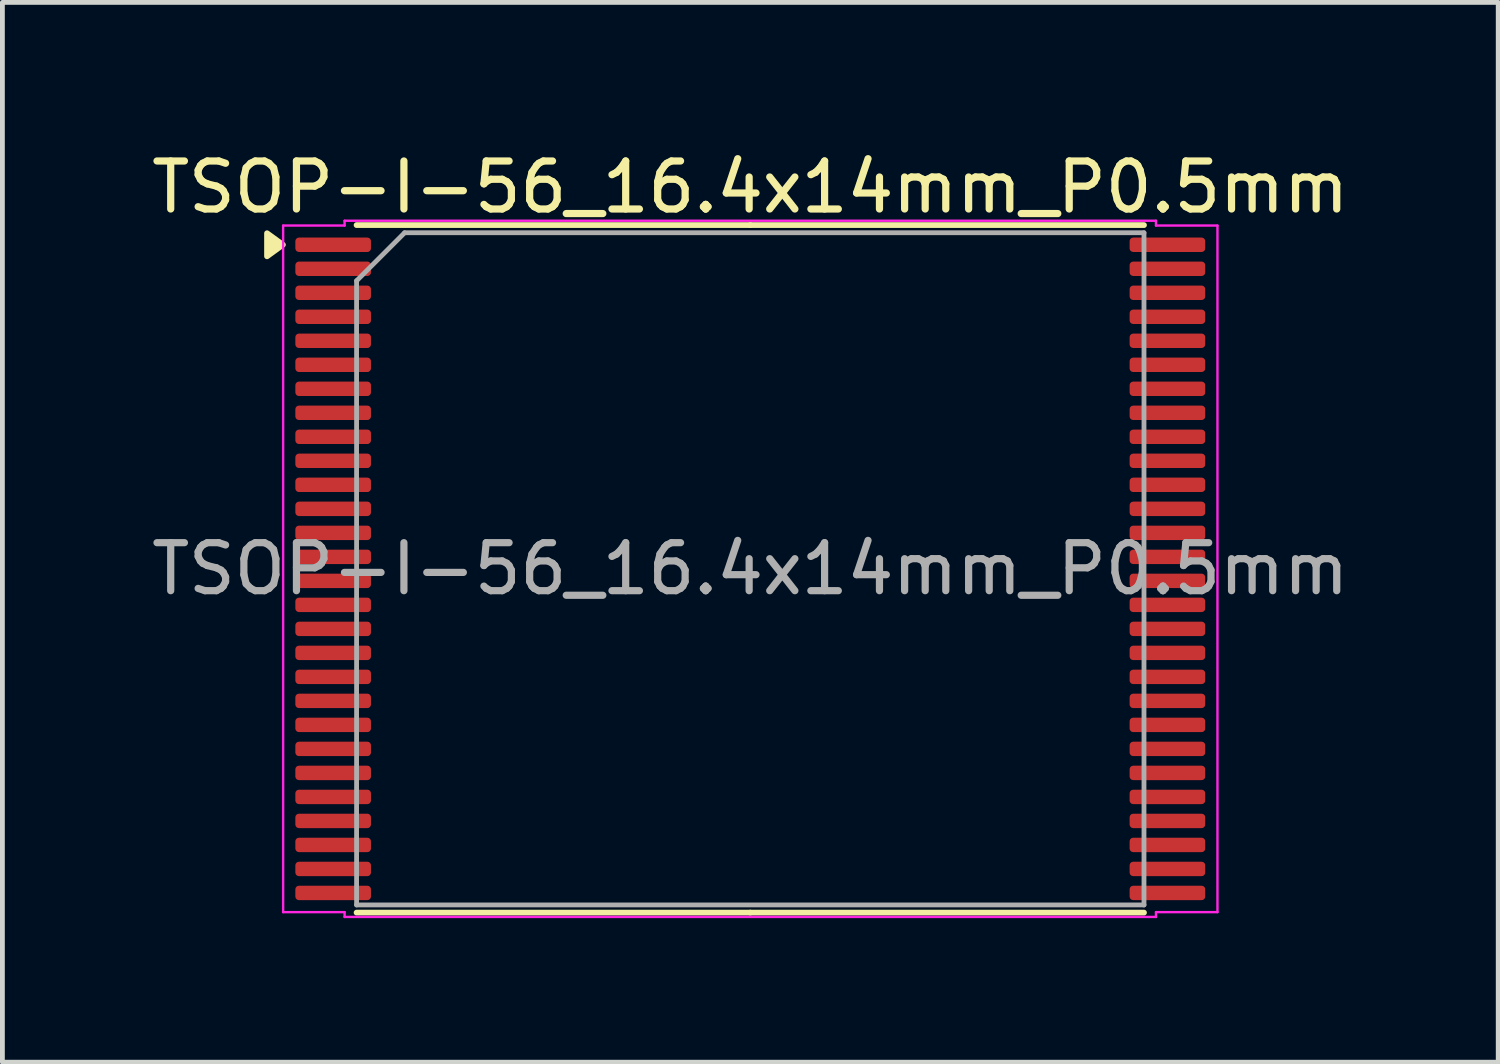
<source format=kicad_pcb>
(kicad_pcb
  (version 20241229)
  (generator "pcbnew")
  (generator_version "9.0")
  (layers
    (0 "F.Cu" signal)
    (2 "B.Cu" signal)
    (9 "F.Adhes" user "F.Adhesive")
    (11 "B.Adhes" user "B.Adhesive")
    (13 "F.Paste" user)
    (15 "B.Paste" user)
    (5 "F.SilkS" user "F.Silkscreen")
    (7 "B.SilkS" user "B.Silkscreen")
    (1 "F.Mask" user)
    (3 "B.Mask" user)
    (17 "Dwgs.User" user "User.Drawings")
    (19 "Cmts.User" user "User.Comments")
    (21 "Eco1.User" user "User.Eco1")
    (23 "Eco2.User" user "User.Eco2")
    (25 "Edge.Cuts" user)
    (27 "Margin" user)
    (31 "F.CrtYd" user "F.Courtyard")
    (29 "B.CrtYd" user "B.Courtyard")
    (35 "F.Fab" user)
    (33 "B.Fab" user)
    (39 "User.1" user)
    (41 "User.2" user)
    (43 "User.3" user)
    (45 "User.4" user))
  (footprint "TSOP-I-56_16.4x14mm_P0.5mm"
    (layer "F.Cu")
    (at 12.577 8.798)
    (property "Reference" "TSOP-I-56_16.4x14mm_P0.5mm" (at 0 -7.95 0) (layer "F.SilkS") (effects (font (size 1 1) (thickness 0.15))))
    (attr smd)
    (fp_line (start 0 -7.16) (end -8.2 -7.16) (stroke (width 0.12) (type solid)) (layer "F.SilkS"))
    (fp_line (start 0 -7.16) (end 8.2 -7.16) (stroke (width 0.12) (type solid)) (layer "F.SilkS"))
    (fp_line (start 0 7.16) (end -8.2 7.16) (stroke (width 0.12) (type solid)) (layer "F.SilkS"))
    (fp_line (start 0 7.16) (end 8.2 7.16) (stroke (width 0.12) (type solid)) (layer "F.SilkS"))
    (fp_poly (pts (xy -9.735 -6.75) (xy -10.065 -6.51) (xy -10.065 -6.99)) (stroke (width 0.12) (type solid)) (fill yes) (layer "F.SilkS"))
    (fp_line (start -9.73 -7.15) (end -8.45 -7.15) (stroke (width 0.05) (type solid)) (layer "F.CrtYd"))
    (fp_line (start -9.73 7.15) (end -9.73 -7.15) (stroke (width 0.05) (type solid)) (layer "F.CrtYd"))
    (fp_line (start -8.45 -7.25) (end 8.45 -7.25) (stroke (width 0.05) (type solid)) (layer "F.CrtYd"))
    (fp_line (start -8.45 -7.15) (end -8.45 -7.25) (stroke (width 0.05) (type solid)) (layer "F.CrtYd"))
    (fp_line (start -8.45 7.15) (end -9.73 7.15) (stroke (width 0.05) (type solid)) (layer "F.CrtYd"))
    (fp_line (start -8.45 7.25) (end -8.45 7.15) (stroke (width 0.05) (type solid)) (layer "F.CrtYd"))
    (fp_line (start 8.45 -7.25) (end 8.45 -7.15) (stroke (width 0.05) (type solid)) (layer "F.CrtYd"))
    (fp_line (start 8.45 -7.15) (end 9.73 -7.15) (stroke (width 0.05) (type solid)) (layer "F.CrtYd"))
    (fp_line (start 8.45 7.15) (end 8.45 7.25) (stroke (width 0.05) (type solid)) (layer "F.CrtYd"))
    (fp_line (start 8.45 7.25) (end -8.45 7.25) (stroke (width 0.05) (type solid)) (layer "F.CrtYd"))
    (fp_line (start 9.73 -7.15) (end 9.73 7.15) (stroke (width 0.05) (type solid)) (layer "F.CrtYd"))
    (fp_line (start 9.73 7.15) (end 8.45 7.15) (stroke (width 0.05) (type solid)) (layer "F.CrtYd"))
    (fp_line (start -8.2 -6) (end -7.2 -7) (stroke (width 0.1) (type solid)) (layer "F.Fab"))
    (fp_line (start -8.2 7) (end -8.2 -6) (stroke (width 0.1) (type solid)) (layer "F.Fab"))
    (fp_line (start -7.2 -7) (end 8.2 -7) (stroke (width 0.1) (type solid)) (layer "F.Fab"))
    (fp_line (start 8.2 -7) (end 8.2 7) (stroke (width 0.1) (type solid)) (layer "F.Fab"))
    (fp_line (start 8.2 7) (end -8.2 7) (stroke (width 0.1) (type solid)) (layer "F.Fab"))
    (fp_text user "${REFERENCE}" (at 0 0 0) (layer "F.Fab") (effects (font (size 1 1) (thickness 0.15))))
    (pad "1" smd roundrect (at -8.688 -6.75) (size 1.575 0.3) (layers "F.Cu" "F.Mask" "F.Paste") (roundrect_rratio 0.25))
    (pad "2" smd roundrect (at -8.688 -6.25) (size 1.575 0.3) (layers "F.Cu" "F.Mask" "F.Paste") (roundrect_rratio 0.25))
    (pad "3" smd roundrect (at -8.688 -5.75) (size 1.575 0.3) (layers "F.Cu" "F.Mask" "F.Paste") (roundrect_rratio 0.25))
    (pad "4" smd roundrect (at -8.688 -5.25) (size 1.575 0.3) (layers "F.Cu" "F.Mask" "F.Paste") (roundrect_rratio 0.25))
    (pad "5" smd roundrect (at -8.688 -4.75) (size 1.575 0.3) (layers "F.Cu" "F.Mask" "F.Paste") (roundrect_rratio 0.25))
    (pad "6" smd roundrect (at -8.688 -4.25) (size 1.575 0.3) (layers "F.Cu" "F.Mask" "F.Paste") (roundrect_rratio 0.25))
    (pad "7" smd roundrect (at -8.688 -3.75) (size 1.575 0.3) (layers "F.Cu" "F.Mask" "F.Paste") (roundrect_rratio 0.25))
    (pad "8" smd roundrect (at -8.688 -3.25) (size 1.575 0.3) (layers "F.Cu" "F.Mask" "F.Paste") (roundrect_rratio 0.25))
    (pad "9" smd roundrect (at -8.688 -2.75) (size 1.575 0.3) (layers "F.Cu" "F.Mask" "F.Paste") (roundrect_rratio 0.25))
    (pad "10" smd roundrect (at -8.688 -2.25) (size 1.575 0.3) (layers "F.Cu" "F.Mask" "F.Paste") (roundrect_rratio 0.25))
    (pad "11" smd roundrect (at -8.688 -1.75) (size 1.575 0.3) (layers "F.Cu" "F.Mask" "F.Paste") (roundrect_rratio 0.25))
    (pad "12" smd roundrect (at -8.688 -1.25) (size 1.575 0.3) (layers "F.Cu" "F.Mask" "F.Paste") (roundrect_rratio 0.25))
    (pad "13" smd roundrect (at -8.688 -0.75) (size 1.575 0.3) (layers "F.Cu" "F.Mask" "F.Paste") (roundrect_rratio 0.25))
    (pad "14" smd roundrect (at -8.688 -0.25) (size 1.575 0.3) (layers "F.Cu" "F.Mask" "F.Paste") (roundrect_rratio 0.25))
    (pad "15" smd roundrect (at -8.688 0.25) (size 1.575 0.3) (layers "F.Cu" "F.Mask" "F.Paste") (roundrect_rratio 0.25))
    (pad "16" smd roundrect (at -8.688 0.75) (size 1.575 0.3) (layers "F.Cu" "F.Mask" "F.Paste") (roundrect_rratio 0.25))
    (pad "17" smd roundrect (at -8.688 1.25) (size 1.575 0.3) (layers "F.Cu" "F.Mask" "F.Paste") (roundrect_rratio 0.25))
    (pad "18" smd roundrect (at -8.688 1.75) (size 1.575 0.3) (layers "F.Cu" "F.Mask" "F.Paste") (roundrect_rratio 0.25))
    (pad "19" smd roundrect (at -8.688 2.25) (size 1.575 0.3) (layers "F.Cu" "F.Mask" "F.Paste") (roundrect_rratio 0.25))
    (pad "20" smd roundrect (at -8.688 2.75) (size 1.575 0.3) (layers "F.Cu" "F.Mask" "F.Paste") (roundrect_rratio 0.25))
    (pad "21" smd roundrect (at -8.688 3.25) (size 1.575 0.3) (layers "F.Cu" "F.Mask" "F.Paste") (roundrect_rratio 0.25))
    (pad "22" smd roundrect (at -8.688 3.75) (size 1.575 0.3) (layers "F.Cu" "F.Mask" "F.Paste") (roundrect_rratio 0.25))
    (pad "23" smd roundrect (at -8.688 4.25) (size 1.575 0.3) (layers "F.Cu" "F.Mask" "F.Paste") (roundrect_rratio 0.25))
    (pad "24" smd roundrect (at -8.688 4.75) (size 1.575 0.3) (layers "F.Cu" "F.Mask" "F.Paste") (roundrect_rratio 0.25))
    (pad "25" smd roundrect (at -8.688 5.25) (size 1.575 0.3) (layers "F.Cu" "F.Mask" "F.Paste") (roundrect_rratio 0.25))
    (pad "26" smd roundrect (at -8.688 5.75) (size 1.575 0.3) (layers "F.Cu" "F.Mask" "F.Paste") (roundrect_rratio 0.25))
    (pad "27" smd roundrect (at -8.688 6.25) (size 1.575 0.3) (layers "F.Cu" "F.Mask" "F.Paste") (roundrect_rratio 0.25))
    (pad "28" smd roundrect (at -8.688 6.75) (size 1.575 0.3) (layers "F.Cu" "F.Mask" "F.Paste") (roundrect_rratio 0.25))
    (pad "29" smd roundrect (at 8.688 6.75) (size 1.575 0.3) (layers "F.Cu" "F.Mask" "F.Paste") (roundrect_rratio 0.25))
    (pad "30" smd roundrect (at 8.688 6.25) (size 1.575 0.3) (layers "F.Cu" "F.Mask" "F.Paste") (roundrect_rratio 0.25))
    (pad "31" smd roundrect (at 8.688 5.75) (size 1.575 0.3) (layers "F.Cu" "F.Mask" "F.Paste") (roundrect_rratio 0.25))
    (pad "32" smd roundrect (at 8.688 5.25) (size 1.575 0.3) (layers "F.Cu" "F.Mask" "F.Paste") (roundrect_rratio 0.25))
    (pad "33" smd roundrect (at 8.688 4.75) (size 1.575 0.3) (layers "F.Cu" "F.Mask" "F.Paste") (roundrect_rratio 0.25))
    (pad "34" smd roundrect (at 8.688 4.25) (size 1.575 0.3) (layers "F.Cu" "F.Mask" "F.Paste") (roundrect_rratio 0.25))
    (pad "35" smd roundrect (at 8.688 3.75) (size 1.575 0.3) (layers "F.Cu" "F.Mask" "F.Paste") (roundrect_rratio 0.25))
    (pad "36" smd roundrect (at 8.688 3.25) (size 1.575 0.3) (layers "F.Cu" "F.Mask" "F.Paste") (roundrect_rratio 0.25))
    (pad "37" smd roundrect (at 8.688 2.75) (size 1.575 0.3) (layers "F.Cu" "F.Mask" "F.Paste") (roundrect_rratio 0.25))
    (pad "38" smd roundrect (at 8.688 2.25) (size 1.575 0.3) (layers "F.Cu" "F.Mask" "F.Paste") (roundrect_rratio 0.25))
    (pad "39" smd roundrect (at 8.688 1.75) (size 1.575 0.3) (layers "F.Cu" "F.Mask" "F.Paste") (roundrect_rratio 0.25))
    (pad "40" smd roundrect (at 8.688 1.25) (size 1.575 0.3) (layers "F.Cu" "F.Mask" "F.Paste") (roundrect_rratio 0.25))
    (pad "41" smd roundrect (at 8.688 0.75) (size 1.575 0.3) (layers "F.Cu" "F.Mask" "F.Paste") (roundrect_rratio 0.25))
    (pad "42" smd roundrect (at 8.688 0.25) (size 1.575 0.3) (layers "F.Cu" "F.Mask" "F.Paste") (roundrect_rratio 0.25))
    (pad "43" smd roundrect (at 8.688 -0.25) (size 1.575 0.3) (layers "F.Cu" "F.Mask" "F.Paste") (roundrect_rratio 0.25))
    (pad "44" smd roundrect (at 8.688 -0.75) (size 1.575 0.3) (layers "F.Cu" "F.Mask" "F.Paste") (roundrect_rratio 0.25))
    (pad "45" smd roundrect (at 8.688 -1.25) (size 1.575 0.3) (layers "F.Cu" "F.Mask" "F.Paste") (roundrect_rratio 0.25))
    (pad "46" smd roundrect (at 8.688 -1.75) (size 1.575 0.3) (layers "F.Cu" "F.Mask" "F.Paste") (roundrect_rratio 0.25))
    (pad "47" smd roundrect (at 8.688 -2.25) (size 1.575 0.3) (layers "F.Cu" "F.Mask" "F.Paste") (roundrect_rratio 0.25))
    (pad "48" smd roundrect (at 8.688 -2.75) (size 1.575 0.3) (layers "F.Cu" "F.Mask" "F.Paste") (roundrect_rratio 0.25))
    (pad "49" smd roundrect (at 8.688 -3.25) (size 1.575 0.3) (layers "F.Cu" "F.Mask" "F.Paste") (roundrect_rratio 0.25))
    (pad "50" smd roundrect (at 8.688 -3.75) (size 1.575 0.3) (layers "F.Cu" "F.Mask" "F.Paste") (roundrect_rratio 0.25))
    (pad "51" smd roundrect (at 8.688 -4.25) (size 1.575 0.3) (layers "F.Cu" "F.Mask" "F.Paste") (roundrect_rratio 0.25))
    (pad "52" smd roundrect (at 8.688 -4.75) (size 1.575 0.3) (layers "F.Cu" "F.Mask" "F.Paste") (roundrect_rratio 0.25))
    (pad "53" smd roundrect (at 8.688 -5.25) (size 1.575 0.3) (layers "F.Cu" "F.Mask" "F.Paste") (roundrect_rratio 0.25))
    (pad "54" smd roundrect (at 8.688 -5.75) (size 1.575 0.3) (layers "F.Cu" "F.Mask" "F.Paste") (roundrect_rratio 0.25))
    (pad "55" smd roundrect (at 8.688 -6.25) (size 1.575 0.3) (layers "F.Cu" "F.Mask" "F.Paste") (roundrect_rratio 0.25))
    (pad "56" smd roundrect (at 8.688 -6.75) (size 1.575 0.3) (layers "F.Cu" "F.Mask" "F.Paste") (roundrect_rratio 0.25)))
  (gr_rect
    (start -3 -3)
    (end 28.155 19.073)
    (stroke (width 0.1) (type default))
    (fill no)
    (layer "Edge.Cuts")))
</source>
